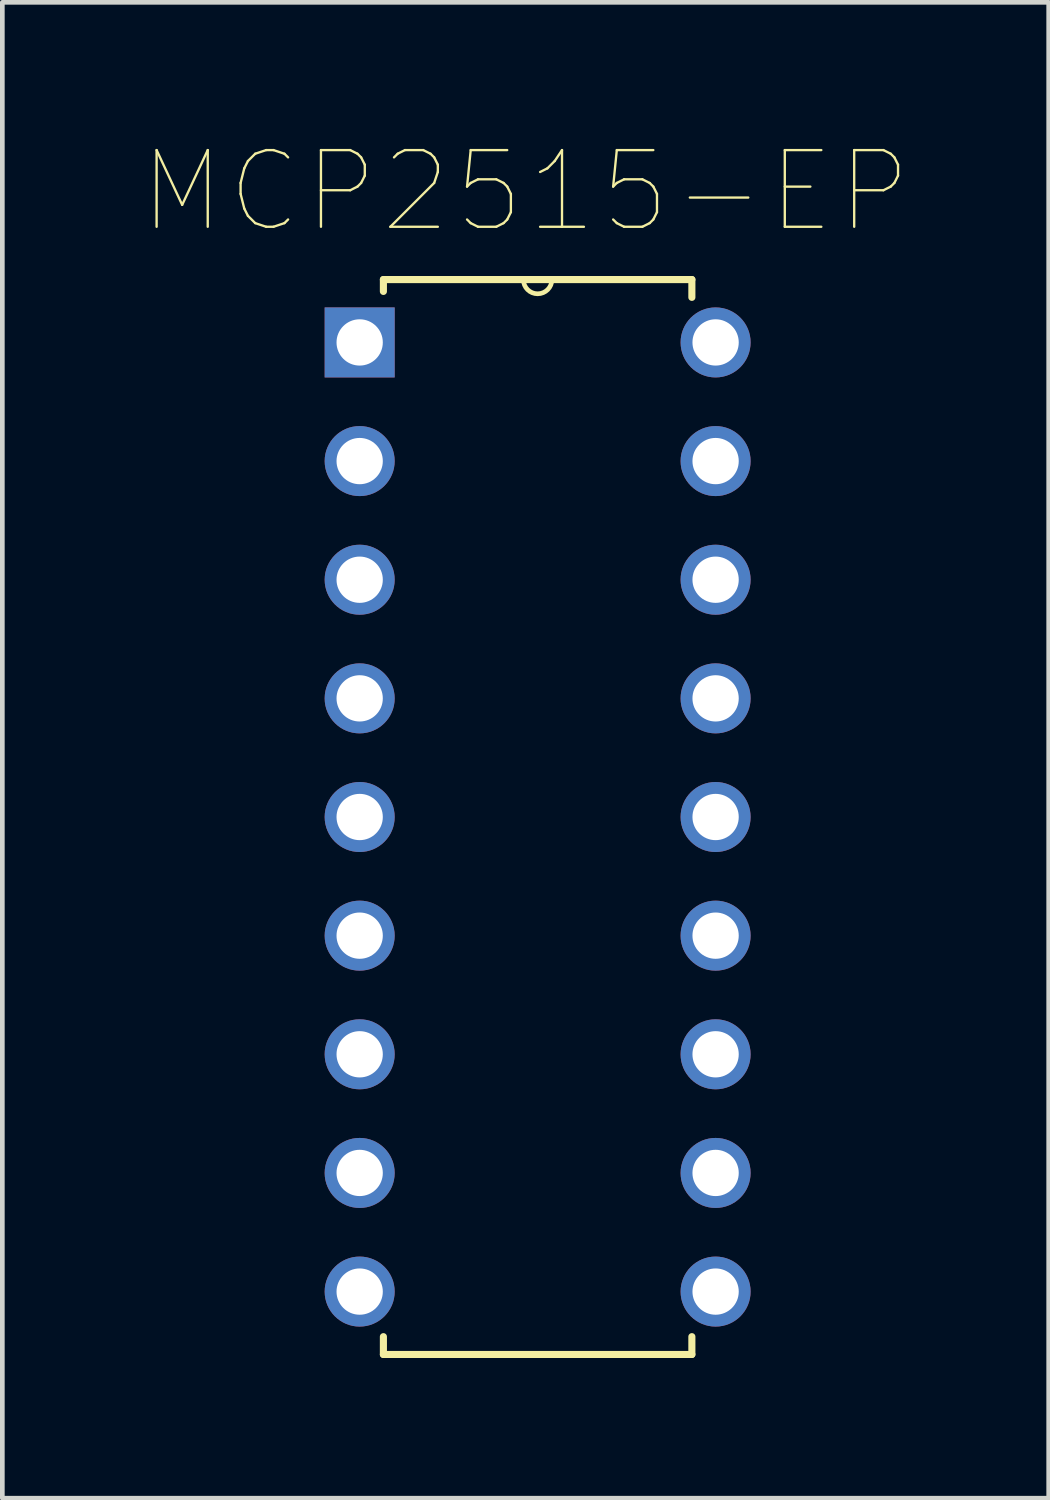
<source format=kicad_pcb>
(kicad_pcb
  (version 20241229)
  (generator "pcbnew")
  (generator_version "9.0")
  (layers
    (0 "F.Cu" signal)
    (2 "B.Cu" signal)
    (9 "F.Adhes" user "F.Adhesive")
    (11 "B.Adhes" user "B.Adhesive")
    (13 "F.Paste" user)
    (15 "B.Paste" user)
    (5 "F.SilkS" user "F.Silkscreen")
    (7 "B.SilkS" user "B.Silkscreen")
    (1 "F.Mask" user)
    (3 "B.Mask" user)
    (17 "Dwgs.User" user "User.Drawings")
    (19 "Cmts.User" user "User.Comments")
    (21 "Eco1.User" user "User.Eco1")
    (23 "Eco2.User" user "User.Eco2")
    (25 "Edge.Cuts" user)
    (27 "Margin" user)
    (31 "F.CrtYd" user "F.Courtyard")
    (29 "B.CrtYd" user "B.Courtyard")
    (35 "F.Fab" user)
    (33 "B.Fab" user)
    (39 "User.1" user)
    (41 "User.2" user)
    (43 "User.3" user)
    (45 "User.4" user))
  (footprint "MCP2515-EP"
    (layer "F.Cu")
    (at 12.27 24.601)
    (property "Reference" "MCP2515-EP" (at -4.07 -23.553 0) (layer "F.SilkS") (effects (font (size 1.642 1.642) (thickness 0.05))))
    (attr through_hole)
    (fp_line (start -7.112 -21.666) (end -7.112 -21.412) (stroke (width 0.152) (type solid)) (layer "F.SilkS"))
    (fp_line (start -7.112 0.965) (end -7.112 1.346) (stroke (width 0.152) (type solid)) (layer "F.SilkS"))
    (fp_line (start -7.112 1.346) (end -0.508 1.346) (stroke (width 0.152) (type solid)) (layer "F.SilkS"))
    (fp_line (start -4.115 -21.666) (end -7.112 -21.666) (stroke (width 0.152) (type solid)) (layer "F.SilkS"))
    (fp_line (start -3.505 -21.666) (end -4.115 -21.666) (stroke (width 0.152) (type solid)) (layer "F.SilkS"))
    (fp_line (start -0.508 -21.666) (end -3.505 -21.666) (stroke (width 0.152) (type solid)) (layer "F.SilkS"))
    (fp_line (start -0.508 -21.285) (end -0.508 -21.666) (stroke (width 0.152) (type solid)) (layer "F.SilkS"))
    (fp_line (start -0.508 1.346) (end -0.508 0.965) (stroke (width 0.152) (type solid)) (layer "F.SilkS"))
    (fp_arc (start -3.5052 -21.6662) (mid -3.81 -21.3614) (end -4.1148 -21.6662) (stroke (width 0.1) (type solid)) (layer "F.SilkS"))
    (fp_line (start -8.103 -20.828) (end -8.103 -19.812) (stroke (width 0.152) (type solid)) (layer "Eco2.User"))
    (fp_line (start -8.103 -19.812) (end -7.112 -19.812) (stroke (width 0.152) (type solid)) (layer "Eco2.User"))
    (fp_line (start -8.103 -18.288) (end -8.103 -17.272) (stroke (width 0.152) (type solid)) (layer "Eco2.User"))
    (fp_line (start -8.103 -17.272) (end -7.112 -17.272) (stroke (width 0.152) (type solid)) (layer "Eco2.User"))
    (fp_line (start -8.103 -15.748) (end -8.103 -14.732) (stroke (width 0.152) (type solid)) (layer "Eco2.User"))
    (fp_line (start -8.103 -14.732) (end -7.112 -14.732) (stroke (width 0.152) (type solid)) (layer "Eco2.User"))
    (fp_line (start -8.103 -13.208) (end -8.103 -12.192) (stroke (width 0.152) (type solid)) (layer "Eco2.User"))
    (fp_line (start -8.103 -12.192) (end -7.112 -12.192) (stroke (width 0.152) (type solid)) (layer "Eco2.User"))
    (fp_line (start -8.103 -10.668) (end -8.103 -9.652) (stroke (width 0.152) (type solid)) (layer "Eco2.User"))
    (fp_line (start -8.103 -9.652) (end -7.112 -9.652) (stroke (width 0.152) (type solid)) (layer "Eco2.User"))
    (fp_line (start -8.103 -8.128) (end -8.103 -7.112) (stroke (width 0.152) (type solid)) (layer "Eco2.User"))
    (fp_line (start -8.103 -7.112) (end -7.112 -7.112) (stroke (width 0.152) (type solid)) (layer "Eco2.User"))
    (fp_line (start -8.103 -5.588) (end -8.103 -4.572) (stroke (width 0.152) (type solid)) (layer "Eco2.User"))
    (fp_line (start -8.103 -4.572) (end -7.112 -4.572) (stroke (width 0.152) (type solid)) (layer "Eco2.User"))
    (fp_line (start -8.103 -3.048) (end -8.103 -2.032) (stroke (width 0.152) (type solid)) (layer "Eco2.User"))
    (fp_line (start -8.103 -2.032) (end -7.112 -2.032) (stroke (width 0.152) (type solid)) (layer "Eco2.User"))
    (fp_line (start -8.103 -0.483) (end -8.103 0.508) (stroke (width 0.152) (type solid)) (layer "Eco2.User"))
    (fp_line (start -8.103 0.508) (end -7.112 0.508) (stroke (width 0.152) (type solid)) (layer "Eco2.User"))
    (fp_line (start -7.112 -21.666) (end -7.112 1.346) (stroke (width 0.152) (type solid)) (layer "Eco2.User"))
    (fp_line (start -7.112 -20.828) (end -8.103 -20.828) (stroke (width 0.152) (type solid)) (layer "Eco2.User"))
    (fp_line (start -7.112 -19.812) (end -7.112 -20.828) (stroke (width 0.152) (type solid)) (layer "Eco2.User"))
    (fp_line (start -7.112 -18.288) (end -8.103 -18.288) (stroke (width 0.152) (type solid)) (layer "Eco2.User"))
    (fp_line (start -7.112 -17.272) (end -7.112 -18.288) (stroke (width 0.152) (type solid)) (layer "Eco2.User"))
    (fp_line (start -7.112 -15.748) (end -8.103 -15.748) (stroke (width 0.152) (type solid)) (layer "Eco2.User"))
    (fp_line (start -7.112 -14.732) (end -7.112 -15.748) (stroke (width 0.152) (type solid)) (layer "Eco2.User"))
    (fp_line (start -7.112 -13.208) (end -8.103 -13.208) (stroke (width 0.152) (type solid)) (layer "Eco2.User"))
    (fp_line (start -7.112 -12.192) (end -7.112 -13.208) (stroke (width 0.152) (type solid)) (layer "Eco2.User"))
    (fp_line (start -7.112 -10.668) (end -8.103 -10.668) (stroke (width 0.152) (type solid)) (layer "Eco2.User"))
    (fp_line (start -7.112 -9.652) (end -7.112 -10.668) (stroke (width 0.152) (type solid)) (layer "Eco2.User"))
    (fp_line (start -7.112 -8.128) (end -8.103 -8.128) (stroke (width 0.152) (type solid)) (layer "Eco2.User"))
    (fp_line (start -7.112 -7.112) (end -7.112 -8.128) (stroke (width 0.152) (type solid)) (layer "Eco2.User"))
    (fp_line (start -7.112 -5.588) (end -8.103 -5.588) (stroke (width 0.152) (type solid)) (layer "Eco2.User"))
    (fp_line (start -7.112 -4.572) (end -7.112 -5.588) (stroke (width 0.152) (type solid)) (layer "Eco2.User"))
    (fp_line (start -7.112 -3.048) (end -8.103 -3.048) (stroke (width 0.152) (type solid)) (layer "Eco2.User"))
    (fp_line (start -7.112 -2.032) (end -7.112 -3.048) (stroke (width 0.152) (type solid)) (layer "Eco2.User"))
    (fp_line (start -7.112 -0.508) (end -8.103 -0.483) (stroke (width 0.152) (type solid)) (layer "Eco2.User"))
    (fp_line (start -7.112 0.508) (end -7.112 -0.508) (stroke (width 0.152) (type solid)) (layer "Eco2.User"))
    (fp_line (start -7.112 1.346) (end -0.508 1.346) (stroke (width 0.152) (type solid)) (layer "Eco2.User"))
    (fp_line (start -4.115 -21.666) (end -7.112 -21.666) (stroke (width 0.152) (type solid)) (layer "Eco2.User"))
    (fp_line (start -3.505 -21.666) (end -4.115 -21.666) (stroke (width 0.152) (type solid)) (layer "Eco2.User"))
    (fp_line (start -0.508 -21.666) (end -3.505 -21.666) (stroke (width 0.152) (type solid)) (layer "Eco2.User"))
    (fp_line (start -0.508 -20.828) (end -0.508 -19.812) (stroke (width 0.152) (type solid)) (layer "Eco2.User"))
    (fp_line (start -0.508 -19.812) (end 0.483 -19.812) (stroke (width 0.152) (type solid)) (layer "Eco2.User"))
    (fp_line (start -0.508 -18.288) (end -0.508 -17.272) (stroke (width 0.152) (type solid)) (layer "Eco2.User"))
    (fp_line (start -0.508 -17.272) (end 0.483 -17.272) (stroke (width 0.152) (type solid)) (layer "Eco2.User"))
    (fp_line (start -0.508 -15.748) (end -0.508 -14.732) (stroke (width 0.152) (type solid)) (layer "Eco2.User"))
    (fp_line (start -0.508 -14.732) (end 0.483 -14.732) (stroke (width 0.152) (type solid)) (layer "Eco2.User"))
    (fp_line (start -0.508 -13.208) (end -0.508 -12.192) (stroke (width 0.152) (type solid)) (layer "Eco2.User"))
    (fp_line (start -0.508 -12.192) (end 0.483 -12.192) (stroke (width 0.152) (type solid)) (layer "Eco2.User"))
    (fp_line (start -0.508 -10.668) (end -0.508 -9.652) (stroke (width 0.152) (type solid)) (layer "Eco2.User"))
    (fp_line (start -0.508 -9.652) (end 0.483 -9.652) (stroke (width 0.152) (type solid)) (layer "Eco2.User"))
    (fp_line (start -0.508 -8.128) (end -0.508 -7.112) (stroke (width 0.152) (type solid)) (layer "Eco2.User"))
    (fp_line (start -0.508 -7.112) (end 0.483 -7.112) (stroke (width 0.152) (type solid)) (layer "Eco2.User"))
    (fp_line (start -0.508 -5.588) (end -0.508 -4.572) (stroke (width 0.152) (type solid)) (layer "Eco2.User"))
    (fp_line (start -0.508 -4.572) (end 0.483 -4.572) (stroke (width 0.152) (type solid)) (layer "Eco2.User"))
    (fp_line (start -0.508 -3.048) (end -0.508 -2.032) (stroke (width 0.152) (type solid)) (layer "Eco2.User"))
    (fp_line (start -0.508 -2.032) (end 0.483 -2.057) (stroke (width 0.152) (type solid)) (layer "Eco2.User"))
    (fp_line (start -0.508 -0.508) (end -0.508 0.508) (stroke (width 0.152) (type solid)) (layer "Eco2.User"))
    (fp_line (start -0.508 0.508) (end 0.483 0.483) (stroke (width 0.152) (type solid)) (layer "Eco2.User"))
    (fp_line (start -0.508 1.346) (end -0.508 -21.666) (stroke (width 0.152) (type solid)) (layer "Eco2.User"))
    (fp_line (start 0.483 -20.828) (end -0.508 -20.828) (stroke (width 0.152) (type solid)) (layer "Eco2.User"))
    (fp_line (start 0.483 -19.812) (end 0.483 -20.828) (stroke (width 0.152) (type solid)) (layer "Eco2.User"))
    (fp_line (start 0.483 -18.288) (end -0.508 -18.288) (stroke (width 0.152) (type solid)) (layer "Eco2.User"))
    (fp_line (start 0.483 -17.272) (end 0.483 -18.288) (stroke (width 0.152) (type solid)) (layer "Eco2.User"))
    (fp_line (start 0.483 -15.748) (end -0.508 -15.748) (stroke (width 0.152) (type solid)) (layer "Eco2.User"))
    (fp_line (start 0.483 -14.732) (end 0.483 -15.748) (stroke (width 0.152) (type solid)) (layer "Eco2.User"))
    (fp_line (start 0.483 -13.208) (end -0.508 -13.208) (stroke (width 0.152) (type solid)) (layer "Eco2.User"))
    (fp_line (start 0.483 -12.192) (end 0.483 -13.208) (stroke (width 0.152) (type solid)) (layer "Eco2.User"))
    (fp_line (start 0.483 -10.668) (end -0.508 -10.668) (stroke (width 0.152) (type solid)) (layer "Eco2.User"))
    (fp_line (start 0.483 -9.652) (end 0.483 -10.668) (stroke (width 0.152) (type solid)) (layer "Eco2.User"))
    (fp_line (start 0.483 -8.128) (end -0.508 -8.128) (stroke (width 0.152) (type solid)) (layer "Eco2.User"))
    (fp_line (start 0.483 -7.112) (end 0.483 -8.128) (stroke (width 0.152) (type solid)) (layer "Eco2.User"))
    (fp_line (start 0.483 -5.588) (end -0.508 -5.588) (stroke (width 0.152) (type solid)) (layer "Eco2.User"))
    (fp_line (start 0.483 -4.572) (end 0.483 -5.588) (stroke (width 0.152) (type solid)) (layer "Eco2.User"))
    (fp_line (start 0.483 -3.048) (end -0.508 -3.048) (stroke (width 0.152) (type solid)) (layer "Eco2.User"))
    (fp_line (start 0.483 -2.057) (end 0.483 -3.048) (stroke (width 0.152) (type solid)) (layer "Eco2.User"))
    (fp_line (start 0.483 -0.508) (end -0.508 -0.508) (stroke (width 0.152) (type solid)) (layer "Eco2.User"))
    (fp_line (start 0.483 0.483) (end 0.483 -0.508) (stroke (width 0.152) (type solid)) (layer "Eco2.User"))
    (fp_arc (start -3.5052 -21.6662) (mid -3.81 -21.3614) (end -4.1148 -21.6662) (stroke (width 0.1) (type solid)) (layer "Eco2.User"))
    (pad "1" thru_hole rect (at -7.62 -20.32) (size 1.499 1.499) (drill 0.991) (layers "*.Cu" "*.Mask"))
    (pad "2" thru_hole circle (at -7.62 -17.78) (size 1.499 1.499) (drill 0.991) (layers "*.Cu" "*.Mask"))
    (pad "3" thru_hole circle (at -7.62 -15.24) (size 1.499 1.499) (drill 0.991) (layers "*.Cu" "*.Mask"))
    (pad "4" thru_hole circle (at -7.62 -12.7) (size 1.499 1.499) (drill 0.991) (layers "*.Cu" "*.Mask"))
    (pad "5" thru_hole circle (at -7.62 -10.16) (size 1.499 1.499) (drill 0.991) (layers "*.Cu" "*.Mask"))
    (pad "6" thru_hole circle (at -7.62 -7.62) (size 1.499 1.499) (drill 0.991) (layers "*.Cu" "*.Mask"))
    (pad "7" thru_hole circle (at -7.62 -5.08) (size 1.499 1.499) (drill 0.991) (layers "*.Cu" "*.Mask"))
    (pad "8" thru_hole circle (at -7.62 -2.54) (size 1.499 1.499) (drill 0.991) (layers "*.Cu" "*.Mask"))
    (pad "9" thru_hole circle (at -7.62 0) (size 1.499 1.499) (drill 0.991) (layers "*.Cu" "*.Mask"))
    (pad "10" thru_hole circle (at 0 0) (size 1.499 1.499) (drill 0.991) (layers "*.Cu" "*.Mask"))
    (pad "11" thru_hole circle (at 0 -2.54) (size 1.499 1.499) (drill 0.991) (layers "*.Cu" "*.Mask"))
    (pad "12" thru_hole circle (at 0 -5.08) (size 1.499 1.499) (drill 0.991) (layers "*.Cu" "*.Mask"))
    (pad "13" thru_hole circle (at 0 -7.62) (size 1.499 1.499) (drill 0.991) (layers "*.Cu" "*.Mask"))
    (pad "14" thru_hole circle (at 0 -10.16) (size 1.499 1.499) (drill 0.991) (layers "*.Cu" "*.Mask"))
    (pad "15" thru_hole circle (at 0 -12.7) (size 1.499 1.499) (drill 0.991) (layers "*.Cu" "*.Mask"))
    (pad "16" thru_hole circle (at 0 -15.24) (size 1.499 1.499) (drill 0.991) (layers "*.Cu" "*.Mask"))
    (pad "17" thru_hole circle (at 0 -17.78) (size 1.499 1.499) (drill 0.991) (layers "*.Cu" "*.Mask"))
    (pad "18" thru_hole circle (at 0 -20.32) (size 1.499 1.499) (drill 0.991) (layers "*.Cu" "*.Mask")))
  (gr_rect
    (start -3 -3)
    (end 19.401 29.024)
    (stroke (width 0.1) (type default))
    (fill no)
    (layer "Edge.Cuts")))
</source>
